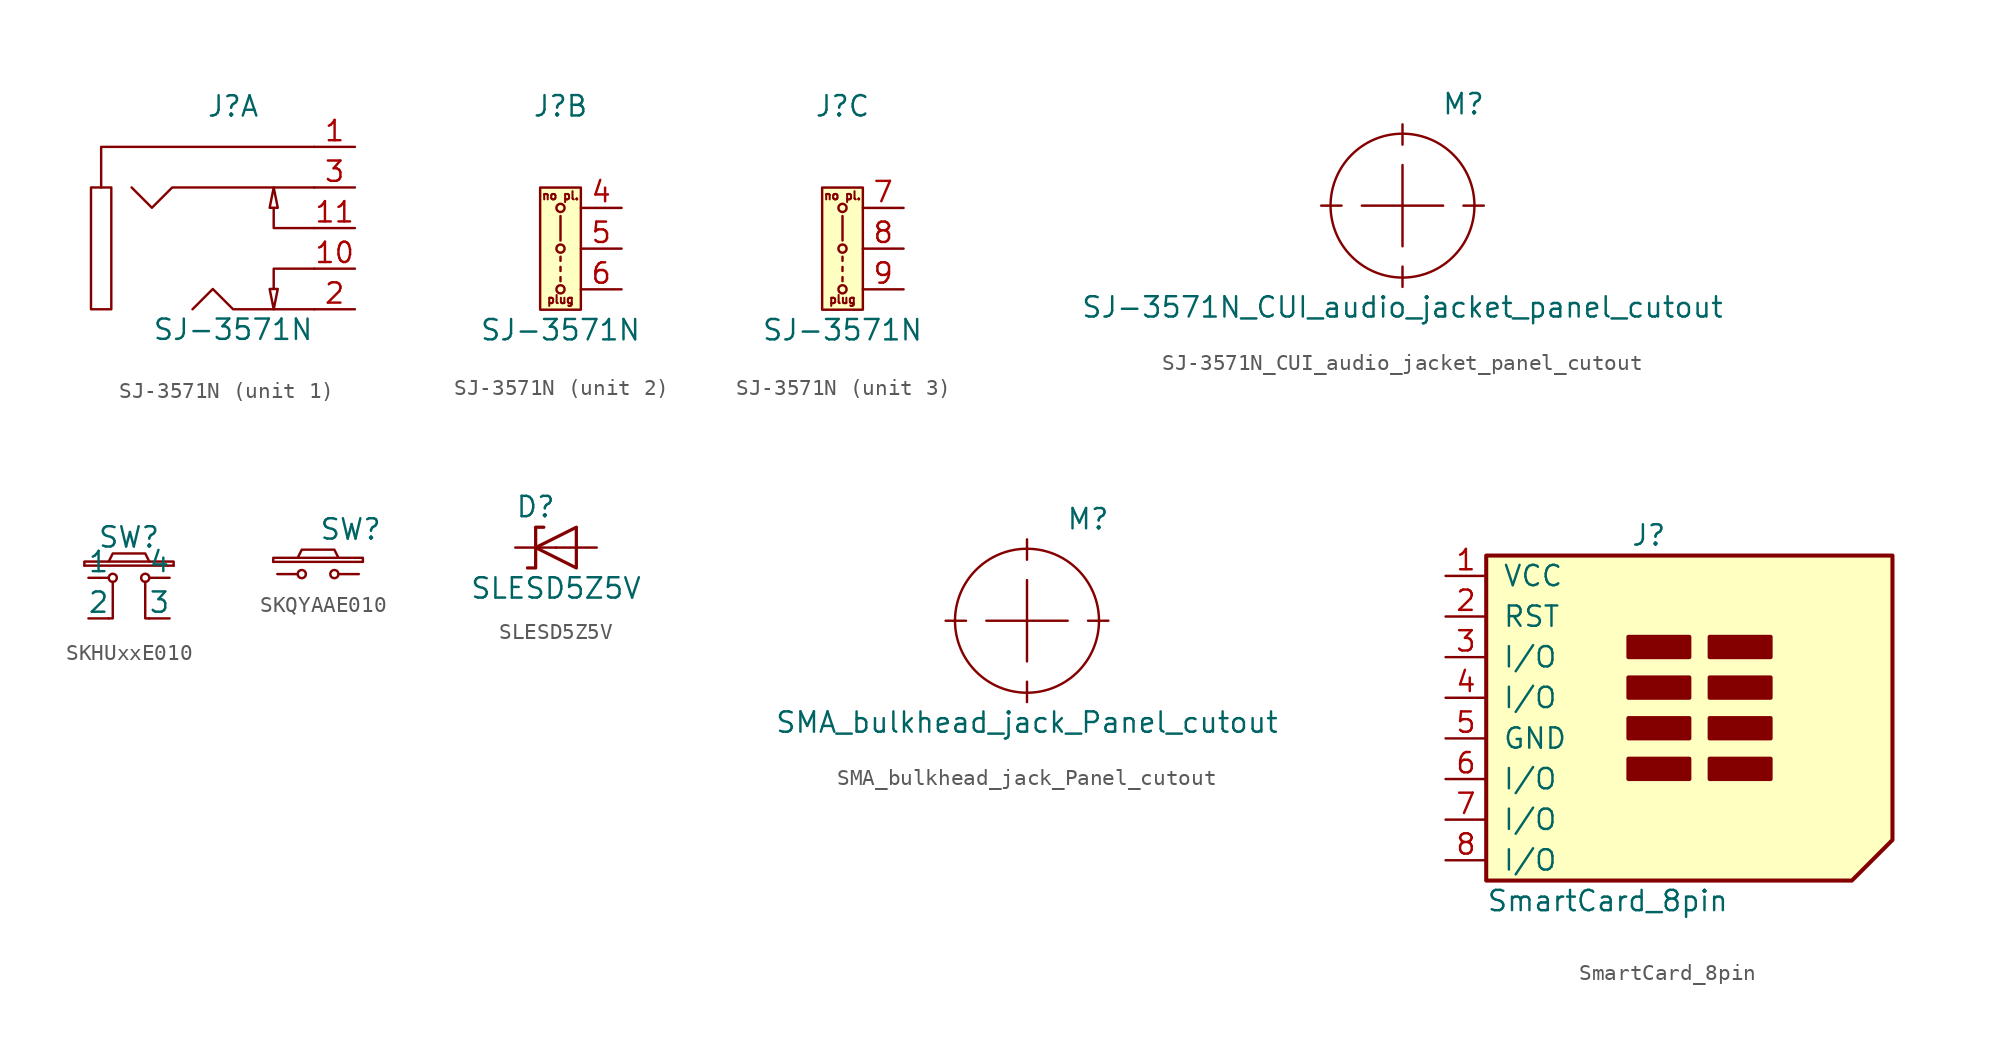
<source format=kicad_sym>
(kicad_symbol_lib
  (version 20211014)
  (generator kicad_symbol_editor)
  (symbol "SJ-3571N"
    (pin_names
      (offset 0) hide)
    (property "Reference" "J"
      (at 0 8.89 0)
      (effects (font (size 1.27 1.27))))
    (property "Value" "SJ-3571N"
      (at 0 -5.08 0)
      (effects (font (size 1.27 1.27))))
    (property "ki_locked" ""
      (at 0 0 0)
      (effects (font (size 1.27 1.27))))
    (symbol "SJ-3571N_1_1"
      (rectangle (start -8.89 3.81) (end -7.62 -3.81) (stroke (width 0) (type default) (color 0 0 0 0)) (fill (type none)))
      (polyline (pts (xy 5.08 6.35) (xy -8.255 6.35) (xy -8.255 3.81)) (stroke (width 0) (type default) (color 0 0 0 0)) (fill (type none)))
      (polyline (pts (xy -6.35 3.81) (xy -5.08 2.54) (xy -3.81 3.81) (xy 5.08 3.81)) (stroke (width 0) (type default) (color 0 0 0 0)) (fill (type none)))
      (polyline (pts (xy 5.08 -3.81) (xy 0 -3.81) (xy -1.27 -2.54) (xy -2.54 -3.81)) (stroke (width 0) (type default) (color 0 0 0 0)) (fill (type none)))
      (polyline (pts (xy 5.08 -1.27) (xy 2.54 -1.27) (xy 2.54 -2.54) (xy 2.794 -2.54) (xy 2.54 -3.81) (xy 2.286 -2.54) (xy 2.54 -2.54)) (stroke (width 0) (type default) (color 0 0 0 0)) (fill (type none)))
      (polyline (pts (xy 5.08 1.27) (xy 2.54 1.27) (xy 2.54 2.54) (xy 2.794 2.54) (xy 2.54 3.81) (xy 2.286 2.54) (xy 2.54 2.54)) (stroke (width 0) (type default) (color 0 0 0 0)) (fill (type none)))
      (pin no_connect line (at 0 -6.35 180) (length 0) hide (name "guidepins" (effects (font (size 1.27 1.27)))) (number "0" (effects (font (size 1.27 1.27)))))
      (pin passive line (at 7.62 6.35 180) (length 2.54) (name "sleeve" (effects (font (size 1.27 1.27)))) (number "1" (effects (font (size 1.27 1.27)))))
      (pin passive line (at 7.62 -1.27 180) (length 2.54) (name "tip_sw" (effects (font (size 1.27 1.27)))) (number "10" (effects (font (size 1.27 1.27)))))
      (pin passive line (at 7.62 1.27 180) (length 2.54) (name "ring_sw" (effects (font (size 1.27 1.27)))) (number "11" (effects (font (size 1.27 1.27)))))
      (pin passive line (at 7.62 -3.81 180) (length 2.54) (name "tip" (effects (font (size 1.27 1.27)))) (number "2" (effects (font (size 1.27 1.27)))))
      (pin passive line (at 7.62 3.81 180) (length 2.54) (name "ring" (effects (font (size 1.27 1.27)))) (number "3" (effects (font (size 1.27 1.27))))))
    (symbol "SJ-3571N_2_1"
      (rectangle (start -1.27 -3.81) (end 1.27 3.81) (stroke (width 0) (type default) (color 0 0 0 0)) (fill (type background)))
      (circle (center 0 -2.54) (radius 0.254) (stroke (width 0) (type default) (color 0 0 0 0)) (fill (type none)))
      (polyline (pts (xy 0 -2.032) (xy 0 -1.778)) (stroke (width 0) (type default) (color 0 0 0 0)) (fill (type none)))
      (polyline (pts (xy 0 -1.143) (xy 0 -1.397)) (stroke (width 0) (type default) (color 0 0 0 0)) (fill (type none)))
      (polyline (pts (xy 0 -0.508) (xy 0 -0.762)) (stroke (width 0) (type default) (color 0 0 0 0)) (fill (type none)))
      (polyline (pts (xy 0 2.032) (xy 0 0.508)) (stroke (width 0) (type default) (color 0 0 0 0)) (fill (type none)))
      (circle (center 0 0) (radius 0.254) (stroke (width 0) (type default) (color 0 0 0 0)) (fill (type none)))
      (circle (center 0 2.54) (radius 0.254) (stroke (width 0) (type default) (color 0 0 0 0)) (fill (type none)))
      (text "no pl." (at 0 3.302 0) (effects (font (size 0.508 0.508))))
      (text "plug" (at 0 -3.175 0) (effects (font (size 0.508 0.508))))
      (pin passive line (at 3.81 2.54 180) (length 2.54) (name "nc_a" (effects (font (size 1.27 1.27)))) (number "4" (effects (font (size 1.27 1.27)))))
      (pin passive line (at 3.81 0 180) (length 2.54) (name "a" (effects (font (size 1.27 1.27)))) (number "5" (effects (font (size 1.27 1.27)))))
      (pin passive line (at 3.81 -2.54 180) (length 2.54) (name "no_a" (effects (font (size 1.27 1.27)))) (number "6" (effects (font (size 1.27 1.27))))))
    (symbol "SJ-3571N_3_1"
      (rectangle (start -1.27 -3.81) (end 1.27 3.81) (stroke (width 0) (type default) (color 0 0 0 0)) (fill (type background)))
      (circle (center 0 -2.54) (radius 0.254) (stroke (width 0) (type default) (color 0 0 0 0)) (fill (type none)))
      (polyline (pts (xy 0 -2.032) (xy 0 -1.778)) (stroke (width 0) (type default) (color 0 0 0 0)) (fill (type none)))
      (polyline (pts (xy 0 -1.143) (xy 0 -1.397)) (stroke (width 0) (type default) (color 0 0 0 0)) (fill (type none)))
      (polyline (pts (xy 0 -0.508) (xy 0 -0.762)) (stroke (width 0) (type default) (color 0 0 0 0)) (fill (type none)))
      (polyline (pts (xy 0 2.032) (xy 0 0.508)) (stroke (width 0) (type default) (color 0 0 0 0)) (fill (type none)))
      (circle (center 0 0) (radius 0.254) (stroke (width 0) (type default) (color 0 0 0 0)) (fill (type none)))
      (circle (center 0 2.54) (radius 0.254) (stroke (width 0) (type default) (color 0 0 0 0)) (fill (type none)))
      (text "no pl." (at 0 3.302 0) (effects (font (size 0.508 0.508))))
      (text "plug" (at 0 -3.175 0) (effects (font (size 0.508 0.508))))
      (pin passive line (at 3.81 2.54 180) (length 2.54) (name "nc_b" (effects (font (size 1.27 1.27)))) (number "7" (effects (font (size 1.27 1.27)))))
      (pin passive line (at 3.81 0 180) (length 2.54) (name "b" (effects (font (size 1.27 1.27)))) (number "8" (effects (font (size 1.27 1.27)))))
      (pin passive line (at 3.81 -2.54 180) (length 2.54) (name "no_b" (effects (font (size 1.27 1.27)))) (number "9" (effects (font (size 1.27 1.27)))))))
  (symbol "SJ-3571N_CUI_audio_jacket_panel_cutout"
    (pin_names
      (offset 1.016))
    (property "Reference" "M"
      (at 3.81 6.35 0)
      (effects (font (size 1.27 1.27))))
    (property "Value" "SJ-3571N_CUI_audio_jacket_panel_cutout"
      (at 0 -6.35 0)
      (effects (font (size 1.27 1.27))))
    (symbol "SJ-3571N_CUI_audio_jacket_panel_cutout_0_0"
      (polyline (pts (xy -3.81 0) (xy -5.08 0)) (stroke (width 0) (type default) (color 0 0 0 0)) (fill (type none)))
      (polyline (pts (xy -2.54 0) (xy 2.54 0)) (stroke (width 0) (type default) (color 0 0 0 0)) (fill (type none)))
      (polyline (pts (xy 0 -3.81) (xy 0 -5.08)) (stroke (width 0) (type default) (color 0 0 0 0)) (fill (type none)))
      (polyline (pts (xy 0 2.54) (xy 0 -2.54)) (stroke (width 0) (type default) (color 0 0 0 0)) (fill (type none)))
      (polyline (pts (xy 0 3.81) (xy 0 5.08)) (stroke (width 0) (type default) (color 0 0 0 0)) (fill (type none)))
      (polyline (pts (xy 3.81 0) (xy 5.08 0)) (stroke (width 0) (type default) (color 0 0 0 0)) (fill (type none)))
      (circle (center 0 0) (radius 4.496) (stroke (width 0) (type default) (color 0 0 0 0)) (fill (type none)))))
  (symbol "SKHUxxE010"
    (pin_numbers hide)
    (pin_names
      (offset 0))
    (property "Reference" "SW"
      (at 0 2.54 0)
      (effects (font (size 1.27 1.27))))
    (property "Footprint" ""
      (at 0 5.08 0)
      (effects (font (size 1.27 1.27))))
    (property "Datasheet" ""
      (at 0 5.08 0)
      (effects (font (size 1.27 1.27))))
    (symbol "SKHUxxE010_0_1"
      (circle (center -1.016 0) (radius 0.254) (stroke (width 0) (type default) (color 0 0 0 0)) (fill (type none)))
      (polyline (pts (xy -2.794 0.762) (xy 2.794 0.762)) (stroke (width 0) (type default) (color 0 0 0 0)) (fill (type none)))
      (polyline (pts (xy -1.27 -2.54) (xy -1.016 -2.54) (xy -1.016 -0.254)) (stroke (width 0) (type default) (color 0 0 0 0)) (fill (type none)))
      (polyline (pts (xy 1.27 -2.54) (xy 1.016 -2.54) (xy 1.016 -0.254)) (stroke (width 0) (type default) (color 0 0 0 0)) (fill (type none)))
      (polyline (pts (xy -2.794 0.762) (xy -2.794 1.016) (xy 2.794 1.016) (xy 2.794 0.762)) (stroke (width 0) (type default) (color 0 0 0 0)) (fill (type none)))
      (polyline (pts (xy -1.27 1.016) (xy -1.016 1.524) (xy 1.016 1.524) (xy 1.27 1.016)) (stroke (width 0) (type default) (color 0 0 0 0)) (fill (type none)))
      (circle (center 1.016 0) (radius 0.254) (stroke (width 0) (type default) (color 0 0 0 0)) (fill (type none)))
      (pin passive line (at -2.54 0 0) (length 1.27) (name "1" (effects (font (size 1.27 1.27)))) (number "1" (effects (font (size 1.27 1.27)))))
      (pin passive line (at -2.54 -2.54 0) (length 1.27) (name "2" (effects (font (size 1.27 1.27)))) (number "2" (effects (font (size 1.27 1.27)))))
      (pin passive line (at 2.54 -2.54 180) (length 1.27) (name "3" (effects (font (size 1.27 1.27)))) (number "3" (effects (font (size 1.27 1.27)))))
      (pin passive line (at 2.54 0 180) (length 1.27) (name "4" (effects (font (size 1.27 1.27)))) (number "4" (effects (font (size 1.27 1.27)))))))
  (symbol "SKQYAAE010"
    (pin_numbers hide)
    (pin_names
      (offset 1.016) hide)
    (property "Reference" "SW"
      (at 2.032 2.794 0)
      (effects (font (size 1.27 1.27))))
    (property "Footprint" ""
      (at 0 5.08 0)
      (effects (font (size 1.27 1.27))))
    (property "Datasheet" ""
      (at 0 5.08 0)
      (effects (font (size 1.27 1.27))))
    (symbol "SKQYAAE010_0_1"
      (circle (center -1.016 0) (radius 0.254) (stroke (width 0) (type default) (color 0 0 0 0)) (fill (type none)))
      (polyline (pts (xy -2.794 0.762) (xy 2.794 0.762)) (stroke (width 0) (type default) (color 0 0 0 0)) (fill (type none)))
      (polyline (pts (xy -2.794 0.762) (xy -2.794 1.016) (xy 2.794 1.016) (xy 2.794 0.762)) (stroke (width 0) (type default) (color 0 0 0 0)) (fill (type none)))
      (polyline (pts (xy -1.27 1.016) (xy -1.016 1.524) (xy 1.016 1.524) (xy 1.27 1.016)) (stroke (width 0) (type default) (color 0 0 0 0)) (fill (type none)))
      (circle (center 1.016 0) (radius 0.254) (stroke (width 0) (type default) (color 0 0 0 0)) (fill (type none)))
      (pin passive line (at -2.54 0 0) (length 1.27) (name "1" (effects (font (size 1.27 1.27)))) (number "1" (effects (font (size 1.27 1.27)))))
      (pin passive line (at 2.54 0 180) (length 1.27) (name "2" (effects (font (size 1.27 1.27)))) (number "2" (effects (font (size 1.27 1.27)))))))
  (symbol "SLESD5Z5V"
    (pin_numbers hide)
    (pin_names
      (offset 1.016) hide)
    (property "Reference" "D"
      (at -1.27 2.54 0)
      (effects (font (size 1.27 1.27))))
    (property "Value" "SLESD5Z5V"
      (at 0 -2.54 0)
      (effects (font (size 1.27 1.27))))
    (symbol "SLESD5Z5V_0_1"
      (polyline (pts (xy 0 0) (xy -1.27 0)) (stroke (width 0) (type default) (color 0 0 0 0)) (fill (type none)))
      (polyline (pts (xy -0.762 1.27) (xy -1.27 1.27) (xy -1.27 -1.27) (xy -1.778 -1.27)) (stroke (width 0.203) (type default) (color 0 0 0 0)) (fill (type none)))
      (polyline (pts (xy 1.27 1.27) (xy 1.27 -1.27) (xy -1.27 0) (xy 1.27 1.27)) (stroke (width 0.203) (type default) (color 0 0 0 0)) (fill (type none))))
    (symbol "SLESD5Z5V_1_1"
      (pin passive line (at -2.54 0 0) (length 1.27) (name "C" (effects (font (size 1.27 1.27)))) (number "1" (effects (font (size 1.27 1.27)))))
      (pin passive line (at 2.54 0 180) (length 2.54) (name "A" (effects (font (size 1.27 1.27)))) (number "2" (effects (font (size 1.27 1.27)))))))
  (symbol "SMA_bulkhead_jack_Panel_cutout"
    (pin_names
      (offset 1.016))
    (property "Reference" "M"
      (at 3.81 6.35 0)
      (effects (font (size 1.27 1.27))))
    (property "Value" "SMA_bulkhead_jack_Panel_cutout"
      (at 0 -6.35 0)
      (effects (font (size 1.27 1.27))))
    (symbol "SMA_bulkhead_jack_Panel_cutout_0_0"
      (polyline (pts (xy -3.81 0) (xy -5.08 0)) (stroke (width 0) (type default) (color 0 0 0 0)) (fill (type none)))
      (polyline (pts (xy -2.54 0) (xy 2.54 0)) (stroke (width 0) (type default) (color 0 0 0 0)) (fill (type none)))
      (polyline (pts (xy 0 -3.81) (xy 0 -5.08)) (stroke (width 0) (type default) (color 0 0 0 0)) (fill (type none)))
      (polyline (pts (xy 0 2.54) (xy 0 -2.54)) (stroke (width 0) (type default) (color 0 0 0 0)) (fill (type none)))
      (polyline (pts (xy 0 3.81) (xy 0 5.08)) (stroke (width 0) (type default) (color 0 0 0 0)) (fill (type none)))
      (polyline (pts (xy 3.81 0) (xy 5.08 0)) (stroke (width 0) (type default) (color 0 0 0 0)) (fill (type none)))
      (circle (center 0 0) (radius 4.496) (stroke (width 0) (type default) (color 0 0 0 0)) (fill (type none)))))
  (symbol "SmartCard_8pin"
    (pin_names
      (offset 1.016))
    (property "Reference" "J"
      (at 0 11.43 0)
      (effects (font (size 1.27 1.27))))
    (property "Value" "SmartCard_8pin"
      (at -10.16 -11.43 0)
      (effects (font (size 1.27 1.27)) (justify left)))
    (symbol "SmartCard_8pin_0_1"
      (rectangle (start -1.27 -3.81) (end 2.54 -2.54) (stroke (width 0.254) (type default) (color 0 0 0 0)) (fill (type outline)))
      (rectangle (start -1.27 -1.27) (end 2.54 0) (stroke (width 0.254) (type default) (color 0 0 0 0)) (fill (type outline)))
      (rectangle (start -1.27 1.27) (end 2.54 2.54) (stroke (width 0.254) (type default) (color 0 0 0 0)) (fill (type outline)))
      (rectangle (start -1.27 3.81) (end 2.54 5.08) (stroke (width 0.254) (type default) (color 0 0 0 0)) (fill (type outline)))
      (polyline (pts (xy -10.16 10.16) (xy 15.24 10.16) (xy 15.24 -7.62) (xy 12.7 -10.16) (xy -10.16 -10.16) (xy -10.16 10.16)) (stroke (width 0.254) (type default) (color 0 0 0 0)) (fill (type background)))
      (rectangle (start 3.81 -2.54) (end 7.62 -3.81) (stroke (width 0.254) (type default) (color 0 0 0 0)) (fill (type outline)))
      (rectangle (start 3.81 0) (end 7.62 -1.27) (stroke (width 0.254) (type default) (color 0 0 0 0)) (fill (type outline)))
      (rectangle (start 3.81 1.27) (end 7.62 2.54) (stroke (width 0.254) (type default) (color 0 0 0 0)) (fill (type outline)))
      (rectangle (start 3.81 3.81) (end 7.62 5.08) (stroke (width 0.254) (type default) (color 0 0 0 0)) (fill (type outline))))
    (symbol "SmartCard_8pin_1_1"
      (pin power_in line (at -12.7 8.89 0) (length 2.54) (name "VCC" (effects (font (size 1.27 1.27)))) (number "1" (effects (font (size 1.27 1.27)))))
      (pin input line (at -12.7 6.35 0) (length 2.54) (name "RST" (effects (font (size 1.27 1.27)))) (number "2" (effects (font (size 1.27 1.27)))))
      (pin bidirectional line (at -12.7 3.81 0) (length 2.54) (name "I/O" (effects (font (size 1.27 1.27)))) (number "3" (effects (font (size 1.27 1.27)))))
      (pin bidirectional line (at -12.7 1.27 0) (length 2.54) (name "I/O" (effects (font (size 1.27 1.27)))) (number "4" (effects (font (size 1.27 1.27)))))
      (pin power_in line (at -12.7 -1.27 0) (length 2.54) (name "GND" (effects (font (size 1.27 1.27)))) (number "5" (effects (font (size 1.27 1.27)))))
      (pin bidirectional line (at -12.7 -3.81 0) (length 2.54) (name "I/O" (effects (font (size 1.27 1.27)))) (number "6" (effects (font (size 1.27 1.27)))))
      (pin bidirectional line (at -12.7 -6.35 0) (length 2.54) (name "I/O" (effects (font (size 1.27 1.27)))) (number "7" (effects (font (size 1.27 1.27)))))
      (pin bidirectional line (at -12.7 -8.89 0) (length 2.54) (name "I/O" (effects (font (size 1.27 1.27)))) (number "8" (effects (font (size 1.27 1.27))))))))
</source>
